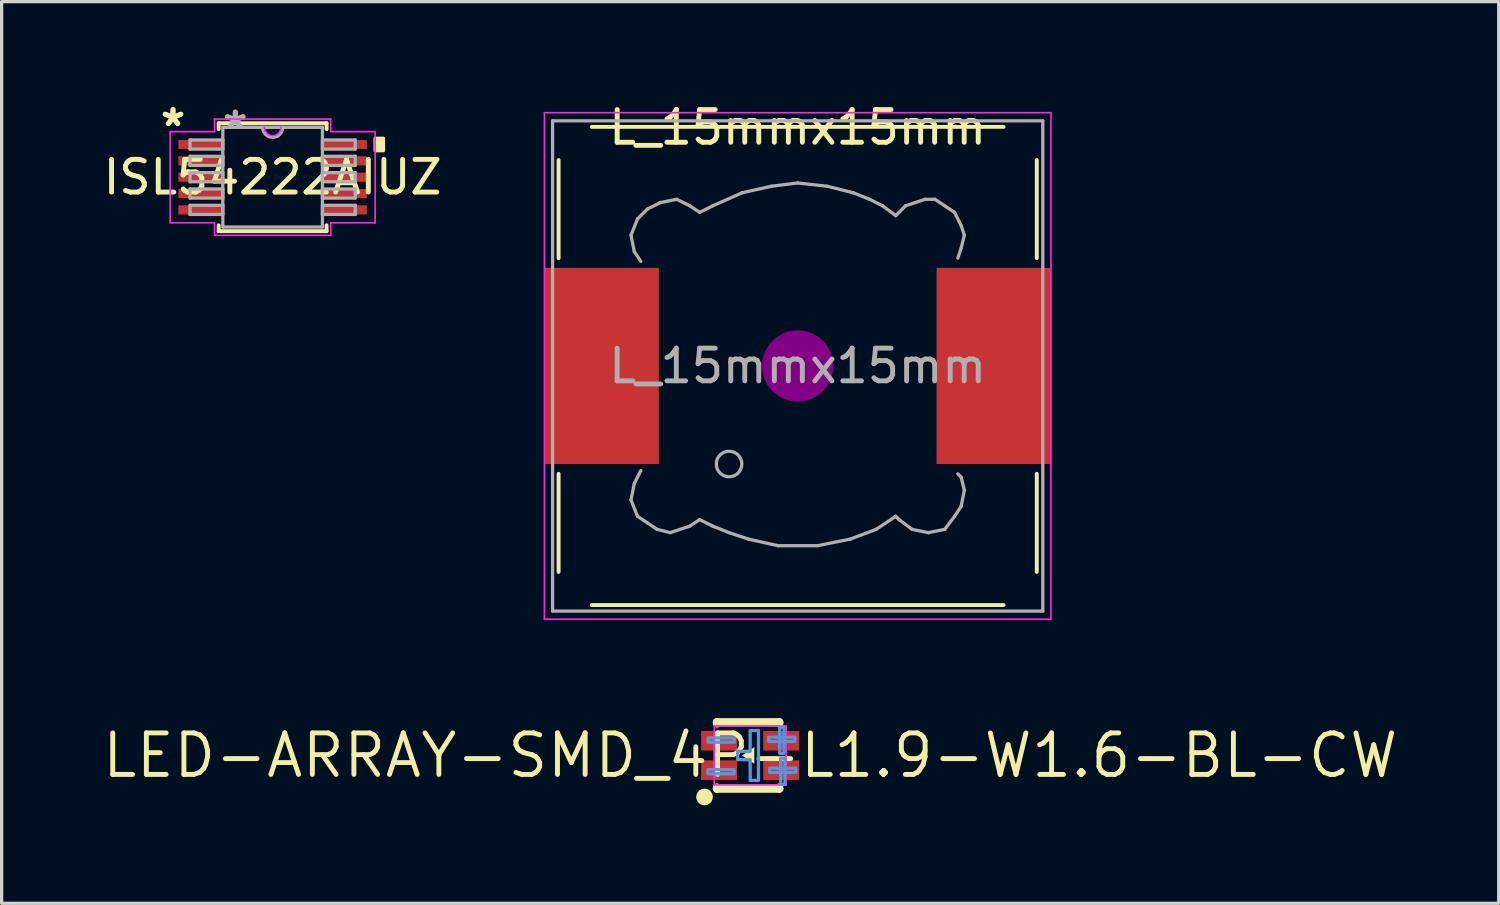
<source format=kicad_pcb>
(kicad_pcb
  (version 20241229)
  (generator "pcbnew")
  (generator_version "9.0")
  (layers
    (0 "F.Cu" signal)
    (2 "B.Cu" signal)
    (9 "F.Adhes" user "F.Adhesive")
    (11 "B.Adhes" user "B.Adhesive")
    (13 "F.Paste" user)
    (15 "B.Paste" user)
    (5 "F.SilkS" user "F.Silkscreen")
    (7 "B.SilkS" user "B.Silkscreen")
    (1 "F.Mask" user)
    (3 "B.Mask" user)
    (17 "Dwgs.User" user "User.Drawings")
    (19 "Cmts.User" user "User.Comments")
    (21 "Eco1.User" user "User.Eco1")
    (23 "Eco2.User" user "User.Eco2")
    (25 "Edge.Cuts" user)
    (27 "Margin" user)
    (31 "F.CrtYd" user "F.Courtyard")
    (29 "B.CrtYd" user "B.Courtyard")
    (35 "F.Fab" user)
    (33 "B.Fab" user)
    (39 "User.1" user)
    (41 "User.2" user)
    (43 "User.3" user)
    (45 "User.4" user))
  (footprint "L_15mmx15mm"
    (layer "F.Cu")
    (at 21.358 8.148)
    (property "Reference" "L_15mmx15mm" (at 0 -7.3 0) (layer "F.SilkS") (effects (font (size 1 1) (thickness 0.15))))
    (attr smd)
    (fp_line (start -7.316 -3.3) (end -7.316 -6.3) (stroke (width 0.12) (type solid)) (layer "F.SilkS"))
    (fp_line (start -7.316 6.3) (end -7.316 3.3) (stroke (width 0.12) (type solid)) (layer "F.SilkS"))
    (fp_line (start -6.3 -7.316) (end 6.3 -7.316) (stroke (width 0.12) (type solid)) (layer "F.SilkS"))
    (fp_line (start 6.3 7.316) (end -6.3 7.316) (stroke (width 0.12) (type solid)) (layer "F.SilkS"))
    (fp_line (start 7.316 -6.3) (end 7.316 -3.3) (stroke (width 0.12) (type solid)) (layer "F.SilkS"))
    (fp_line (start 7.316 3.3) (end 7.316 6.3) (stroke (width 0.12) (type solid)) (layer "F.SilkS"))
    (fp_circle (center 0 0) (end 0.15 0.15) (stroke (width 0.38) (type solid)) (fill no) (layer "F.Adhes"))
    (fp_circle (center 0 0) (end 0.55 0) (stroke (width 0.38) (type solid)) (fill no) (layer "F.Adhes"))
    (fp_circle (center 0 0) (end 0.9 0) (stroke (width 0.38) (type solid)) (fill no) (layer "F.Adhes"))
    (fp_line (start -7.75 -7.75) (end 7.75 -7.75) (stroke (width 0.05) (type solid)) (layer "F.CrtYd"))
    (fp_line (start -7.75 7.75) (end -7.75 -7.75) (stroke (width 0.05) (type solid)) (layer "F.CrtYd"))
    (fp_line (start 7.75 -7.75) (end 7.75 7.75) (stroke (width 0.05) (type solid)) (layer "F.CrtYd"))
    (fp_line (start 7.75 7.75) (end -7.75 7.75) (stroke (width 0.05) (type solid)) (layer "F.CrtYd"))
    (fp_line (start -7.5 -7.5) (end -7.5 7.5) (stroke (width 0.1) (type solid)) (layer "F.Fab"))
    (fp_line (start -7.5 7.5) (end 7.5 7.5) (stroke (width 0.1) (type solid)) (layer "F.Fab"))
    (fp_line (start -5.1 -4) (end -5 -3.5) (stroke (width 0.1) (type solid)) (layer "F.Fab"))
    (fp_line (start -5.1 4.1) (end -5 3.6) (stroke (width 0.1) (type solid)) (layer "F.Fab"))
    (fp_line (start -5 -3.5) (end -4.8 -3.2) (stroke (width 0.1) (type solid)) (layer "F.Fab"))
    (fp_line (start -5 3.6) (end -4.8 3.2) (stroke (width 0.1) (type solid)) (layer "F.Fab"))
    (fp_line (start -4.9 -4.5) (end -5.1 -4) (stroke (width 0.1) (type solid)) (layer "F.Fab"))
    (fp_line (start -4.9 4.6) (end -5.1 4.1) (stroke (width 0.1) (type solid)) (layer "F.Fab"))
    (fp_line (start -4.6 -4.8) (end -4.9 -4.5) (stroke (width 0.1) (type solid)) (layer "F.Fab"))
    (fp_line (start -4.6 4.8) (end -4.9 4.6) (stroke (width 0.1) (type solid)) (layer "F.Fab"))
    (fp_line (start -4.3 5) (end -4.6 4.8) (stroke (width 0.1) (type solid)) (layer "F.Fab"))
    (fp_line (start -4.2 -5) (end -4.6 -4.8) (stroke (width 0.1) (type solid)) (layer "F.Fab"))
    (fp_line (start -3.9 5.1) (end -4.3 5) (stroke (width 0.1) (type solid)) (layer "F.Fab"))
    (fp_line (start -3.7 -5.1) (end -4.2 -5) (stroke (width 0.1) (type solid)) (layer "F.Fab"))
    (fp_line (start -3.3 -4.9) (end -3.7 -5.1) (stroke (width 0.1) (type solid)) (layer "F.Fab"))
    (fp_line (start -3.3 4.9) (end -3.9 5.1) (stroke (width 0.1) (type solid)) (layer "F.Fab"))
    (fp_line (start -3 -4.7) (end -3.3 -4.9) (stroke (width 0.1) (type solid)) (layer "F.Fab"))
    (fp_line (start -3 4.7) (end -3.3 4.9) (stroke (width 0.1) (type solid)) (layer "F.Fab"))
    (fp_line (start -2.6 -4.9) (end -3 -4.7) (stroke (width 0.1) (type solid)) (layer "F.Fab"))
    (fp_line (start -2.6 4.9) (end -3 4.7) (stroke (width 0.1) (type solid)) (layer "F.Fab"))
    (fp_line (start -2.1 5.1) (end -2.6 4.9) (stroke (width 0.1) (type solid)) (layer "F.Fab"))
    (fp_line (start -1.7 -5.3) (end -2.6 -4.9) (stroke (width 0.1) (type solid)) (layer "F.Fab"))
    (fp_line (start -1.5 5.3) (end -2.1 5.1) (stroke (width 0.1) (type solid)) (layer "F.Fab"))
    (fp_line (start -0.8 -5.5) (end -1.7 -5.3) (stroke (width 0.1) (type solid)) (layer "F.Fab"))
    (fp_line (start -0.6 5.5) (end -1.5 5.3) (stroke (width 0.1) (type solid)) (layer "F.Fab"))
    (fp_line (start 0 -5.6) (end -0.8 -5.5) (stroke (width 0.1) (type solid)) (layer "F.Fab"))
    (fp_line (start 0.6 5.5) (end -0.6 5.5) (stroke (width 0.1) (type solid)) (layer "F.Fab"))
    (fp_line (start 0.9 -5.5) (end 0 -5.6) (stroke (width 0.1) (type solid)) (layer "F.Fab"))
    (fp_line (start 1.6 5.3) (end 0.6 5.5) (stroke (width 0.1) (type solid)) (layer "F.Fab"))
    (fp_line (start 1.7 -5.3) (end 0.9 -5.5) (stroke (width 0.1) (type solid)) (layer "F.Fab"))
    (fp_line (start 2.2 -5.1) (end 1.7 -5.3) (stroke (width 0.1) (type solid)) (layer "F.Fab"))
    (fp_line (start 2.4 5) (end 1.6 5.3) (stroke (width 0.1) (type solid)) (layer "F.Fab"))
    (fp_line (start 2.6 -4.9) (end 2.2 -5.1) (stroke (width 0.1) (type solid)) (layer "F.Fab"))
    (fp_line (start 3 -4.6) (end 2.6 -4.9) (stroke (width 0.1) (type solid)) (layer "F.Fab"))
    (fp_line (start 3 4.6) (end 2.4 5) (stroke (width 0.1) (type solid)) (layer "F.Fab"))
    (fp_line (start 3.1 4.7) (end 3 4.6) (stroke (width 0.1) (type solid)) (layer "F.Fab"))
    (fp_line (start 3.3 -4.9) (end 3 -4.6) (stroke (width 0.1) (type solid)) (layer "F.Fab"))
    (fp_line (start 3.5 5) (end 3.1 4.7) (stroke (width 0.1) (type solid)) (layer "F.Fab"))
    (fp_line (start 3.6 -5) (end 3.3 -4.9) (stroke (width 0.1) (type solid)) (layer "F.Fab"))
    (fp_line (start 3.9 -5.1) (end 3.6 -5) (stroke (width 0.1) (type solid)) (layer "F.Fab"))
    (fp_line (start 4 5.1) (end 3.5 5) (stroke (width 0.1) (type solid)) (layer "F.Fab"))
    (fp_line (start 4.2 -5.1) (end 3.9 -5.1) (stroke (width 0.1) (type solid)) (layer "F.Fab"))
    (fp_line (start 4.5 -4.9) (end 4.2 -5.1) (stroke (width 0.1) (type solid)) (layer "F.Fab"))
    (fp_line (start 4.5 5) (end 4 5.1) (stroke (width 0.1) (type solid)) (layer "F.Fab"))
    (fp_line (start 4.8 -4.7) (end 4.5 -4.9) (stroke (width 0.1) (type solid)) (layer "F.Fab"))
    (fp_line (start 4.8 4.6) (end 4.5 5) (stroke (width 0.1) (type solid)) (layer "F.Fab"))
    (fp_line (start 4.9 -3.3) (end 5 -3.6) (stroke (width 0.1) (type solid)) (layer "F.Fab"))
    (fp_line (start 4.9 3.3) (end 5 3.4) (stroke (width 0.1) (type solid)) (layer "F.Fab"))
    (fp_line (start 5 -4.3) (end 4.8 -4.7) (stroke (width 0.1) (type solid)) (layer "F.Fab"))
    (fp_line (start 5 -3.6) (end 5.1 -4) (stroke (width 0.1) (type solid)) (layer "F.Fab"))
    (fp_line (start 5 3.4) (end 5.1 3.8) (stroke (width 0.1) (type solid)) (layer "F.Fab"))
    (fp_line (start 5 4.3) (end 4.8 4.6) (stroke (width 0.1) (type solid)) (layer "F.Fab"))
    (fp_line (start 5.1 -4) (end 5 -4.3) (stroke (width 0.1) (type solid)) (layer "F.Fab"))
    (fp_line (start 5.1 3.8) (end 5 4.3) (stroke (width 0.1) (type solid)) (layer "F.Fab"))
    (fp_line (start 7.5 -7.5) (end -7.5 -7.5) (stroke (width 0.1) (type solid)) (layer "F.Fab"))
    (fp_line (start 7.5 7.5) (end 7.5 -7.5) (stroke (width 0.1) (type solid)) (layer "F.Fab"))
    (fp_circle (center -2.1 3) (end -1.8 3.25) (stroke (width 0.1) (type solid)) (fill no) (layer "F.Fab"))
    (fp_text user "${REFERENCE}" (at 0 0 0) (layer "F.Fab") (effects (font (size 1 1) (thickness 0.15))))
    (pad "1" smd rect (at -6 0) (size 3.5 6) (layers "F.Cu" "F.Mask" "F.Paste"))
    (pad "2" smd rect (at 6 0) (size 3.5 6) (layers "F.Cu" "F.Mask" "F.Paste")))
  (footprint "LED-ARRAY-SMD_4P-L1.9-W1.6-BL-CW"
    (layer "F.Cu")
    (at 19.904 20.066)
    (property "Reference" "LED-ARRAY-SMD_4P-L1.9-W1.6-BL-CW" (at 0 0 0) (layer "F.SilkS") (effects (font (size 1.27 1.27) (thickness 0.15))))
    (attr smd)
    (fp_line (start -1.016 -1.016) (end -1.016 -0.981) (stroke (width 0.254) (type solid)) (layer "F.SilkS"))
    (fp_line (start -1.016 -1.016) (end 0.889 -1.016) (stroke (width 0.254) (type solid)) (layer "F.SilkS"))
    (fp_line (start -1.016 0.981) (end -1.016 1.016) (stroke (width 0.254) (type solid)) (layer "F.SilkS"))
    (fp_line (start 0.889 -1.016) (end 0.889 -0.981) (stroke (width 0.254) (type solid)) (layer "F.SilkS"))
    (fp_line (start 0.889 0.981) (end 0.889 1.016) (stroke (width 0.254) (type solid)) (layer "F.SilkS"))
    (fp_line (start 0.889 1.016) (end -1.016 1.016) (stroke (width 0.254) (type solid)) (layer "F.SilkS"))
    (fp_circle (center -1.397 1.27) (end -1.27 1.27) (stroke (width 0.254) (type solid)) (fill no) (layer "F.SilkS"))
    (fp_poly (pts (xy -0.254 0) (xy 0.127 0.254) (xy 0.127 -0.254)) (stroke (width 0) (type solid)) (fill yes) (layer "F.SilkS"))
    (fp_poly (pts (xy -1.292 0.431) (xy -0.492 0.431) (xy -0.492 0.563) (xy -1.294 0.563) (xy -1.294 0.527)) (stroke (width 0.1) (type solid)) (fill no) (layer "Cmts.User"))
    (fp_poly (pts (xy -1.286 -0.537) (xy -0.486 -0.537) (xy -0.486 -0.406) (xy -1.287 -0.406) (xy -1.287 -0.442)) (stroke (width 0.1) (type solid)) (fill no) (layer "Cmts.User"))
    (fp_poly (pts (xy 0.568 -0.561) (xy 1.368 -0.561) (xy 1.368 -0.43) (xy 0.567 -0.43) (xy 0.567 -0.466)) (stroke (width 0.1) (type solid)) (fill no) (layer "Cmts.User"))
    (fp_poly (pts (xy 0.595 0.388) (xy 1.395 0.388) (xy 1.395 0.519) (xy 0.593 0.519) (xy 0.593 0.483)) (stroke (width 0.1) (type solid)) (fill no) (layer "Cmts.User"))
    (fp_poly (pts (xy 0.905 -0.063) (xy 0.905 -0.863) (xy 1.037 -0.863) (xy 1.037 -0.062) (xy 1.001 -0.062)) (stroke (width 0.1) (type solid)) (fill no) (layer "Cmts.User"))
    (fp_poly (pts (xy 0.932 0.886) (xy 0.932 0.086) (xy 1.064 0.086) (xy 1.064 0.887) (xy 1.027 0.887)) (stroke (width 0.1) (type solid)) (fill no) (layer "Cmts.User"))
    (fp_poly (pts (xy 0 -0.762) (xy 0 -0.127) (xy -0.381 -0.127) (xy -0.381 0.127) (xy 0 0.127) (xy 0 0.762) (xy 0.254 0.762) (xy 0.254 -0.762)) (stroke (width 0.1) (type solid)) (fill no) (layer "Cmts.User"))
    (fp_line (start -1.1 -0.9) (end -1.1 0.9) (stroke (width 0.05) (type default)) (layer "F.CrtYd"))
    (fp_line (start -1.1 0.9) (end 1.1 0.9) (stroke (width 0.05) (type default)) (layer "F.CrtYd"))
    (fp_line (start 1.1 -0.9) (end -1.1 -0.9) (stroke (width 0.05) (type default)) (layer "F.CrtYd"))
    (fp_line (start 1.1 0.9) (end 1.1 -0.9) (stroke (width 0.05) (type default)) (layer "F.CrtYd"))
    (fp_text user "" (at 0 0 0) (layer "Cmts.User") (effects (font (size 1 1) (thickness 0.15))))
    (pad "1" smd rect (at -0.95 0.45) (size 1.1 0.6) (layers "F.Cu" "F.Mask" "F.Paste"))
    (pad "2" smd rect (at -0.95 -0.45) (size 1.1 0.6) (layers "F.Cu" "F.Mask" "F.Paste"))
    (pad "3" smd rect (at 0.95 -0.45) (size 1.1 0.6) (layers "F.Cu" "F.Mask" "F.Paste"))
    (pad "4" smd rect (at 0.95 0.45) (size 1.1 0.6) (layers "F.Cu" "F.Mask" "F.Paste")))
  (footprint "ISL54222AIUZ"
    (layer "F.Cu")
    (at 5.292 2.372)
    (property "Reference" "ISL54222AIUZ" (at 0 0 0) (layer "F.SilkS") (effects (font (size 1 1) (thickness 0.15))))
    (attr through_hole)
    (fp_line (start -1.651 -1.651) (end -1.651 -1.472) (stroke (width 0.12) (type solid)) (layer "F.SilkS"))
    (fp_line (start -1.651 1.472) (end -1.651 1.651) (stroke (width 0.12) (type solid)) (layer "F.SilkS"))
    (fp_line (start -1.651 1.651) (end 1.651 1.651) (stroke (width 0.12) (type solid)) (layer "F.SilkS"))
    (fp_line (start 1.651 -1.651) (end -1.651 -1.651) (stroke (width 0.12) (type solid)) (layer "F.SilkS"))
    (fp_line (start 1.651 -1.472) (end 1.651 -1.651) (stroke (width 0.12) (type solid)) (layer "F.SilkS"))
    (fp_line (start 1.651 1.651) (end 1.651 1.472) (stroke (width 0.12) (type solid)) (layer "F.SilkS"))
    (fp_poly (pts (xy 3.391 -1.191) (xy 3.391 -0.81) (xy 3.137 -0.81) (xy 3.137 -1.191)) (stroke (width 0.1) (type solid)) (fill yes) (layer "F.SilkS"))
    (fp_line (start -3.137 -1.394) (end -1.778 -1.394) (stroke (width 0.05) (type solid)) (layer "F.CrtYd"))
    (fp_line (start -3.137 1.394) (end -3.137 -1.394) (stroke (width 0.05) (type solid)) (layer "F.CrtYd"))
    (fp_line (start -1.778 -1.778) (end 1.778 -1.778) (stroke (width 0.05) (type solid)) (layer "F.CrtYd"))
    (fp_line (start -1.778 -1.394) (end -1.778 -1.778) (stroke (width 0.05) (type solid)) (layer "F.CrtYd"))
    (fp_line (start -1.778 1.394) (end -3.137 1.394) (stroke (width 0.05) (type solid)) (layer "F.CrtYd"))
    (fp_line (start -1.778 1.778) (end -1.778 1.394) (stroke (width 0.05) (type solid)) (layer "F.CrtYd"))
    (fp_line (start 1.778 -1.778) (end 1.778 -1.394) (stroke (width 0.05) (type solid)) (layer "F.CrtYd"))
    (fp_line (start 1.778 -1.394) (end 3.137 -1.394) (stroke (width 0.05) (type solid)) (layer "F.CrtYd"))
    (fp_line (start 1.778 1.394) (end 1.778 1.778) (stroke (width 0.05) (type solid)) (layer "F.CrtYd"))
    (fp_line (start 1.778 1.778) (end -1.778 1.778) (stroke (width 0.05) (type solid)) (layer "F.CrtYd"))
    (fp_line (start 3.137 -1.394) (end 3.137 1.394) (stroke (width 0.05) (type solid)) (layer "F.CrtYd"))
    (fp_line (start 3.137 1.394) (end 1.778 1.394) (stroke (width 0.05) (type solid)) (layer "F.CrtYd"))
    (fp_arc (start 0.254 -1.524) (mid 0 -1.27) (end -0.254 -1.524) (stroke (width 0.05) (type solid)) (layer "F.CrtYd"))
    (fp_line (start -2.527 -1.14) (end -2.527 -0.86) (stroke (width 0.1) (type solid)) (layer "F.Fab"))
    (fp_line (start -2.527 -0.86) (end -1.524 -0.86) (stroke (width 0.1) (type solid)) (layer "F.Fab"))
    (fp_line (start -2.527 -0.64) (end -2.527 -0.36) (stroke (width 0.1) (type solid)) (layer "F.Fab"))
    (fp_line (start -2.527 -0.36) (end -1.524 -0.36) (stroke (width 0.1) (type solid)) (layer "F.Fab"))
    (fp_line (start -2.527 -0.14) (end -2.527 0.14) (stroke (width 0.1) (type solid)) (layer "F.Fab"))
    (fp_line (start -2.527 0.14) (end -1.524 0.14) (stroke (width 0.1) (type solid)) (layer "F.Fab"))
    (fp_line (start -2.527 0.36) (end -2.527 0.64) (stroke (width 0.1) (type solid)) (layer "F.Fab"))
    (fp_line (start -2.527 0.64) (end -1.524 0.64) (stroke (width 0.1) (type solid)) (layer "F.Fab"))
    (fp_line (start -2.527 0.86) (end -2.527 1.14) (stroke (width 0.1) (type solid)) (layer "F.Fab"))
    (fp_line (start -2.527 1.14) (end -1.524 1.14) (stroke (width 0.1) (type solid)) (layer "F.Fab"))
    (fp_line (start -1.524 -1.524) (end -1.524 1.524) (stroke (width 0.1) (type solid)) (layer "F.Fab"))
    (fp_line (start -1.524 -1.14) (end -2.527 -1.14) (stroke (width 0.1) (type solid)) (layer "F.Fab"))
    (fp_line (start -1.524 -0.86) (end -1.524 -1.14) (stroke (width 0.1) (type solid)) (layer "F.Fab"))
    (fp_line (start -1.524 -0.64) (end -2.527 -0.64) (stroke (width 0.1) (type solid)) (layer "F.Fab"))
    (fp_line (start -1.524 -0.36) (end -1.524 -0.64) (stroke (width 0.1) (type solid)) (layer "F.Fab"))
    (fp_line (start -1.524 -0.14) (end -2.527 -0.14) (stroke (width 0.1) (type solid)) (layer "F.Fab"))
    (fp_line (start -1.524 0.14) (end -1.524 -0.14) (stroke (width 0.1) (type solid)) (layer "F.Fab"))
    (fp_line (start -1.524 0.36) (end -2.527 0.36) (stroke (width 0.1) (type solid)) (layer "F.Fab"))
    (fp_line (start -1.524 0.64) (end -1.524 0.36) (stroke (width 0.1) (type solid)) (layer "F.Fab"))
    (fp_line (start -1.524 0.86) (end -2.527 0.86) (stroke (width 0.1) (type solid)) (layer "F.Fab"))
    (fp_line (start -1.524 1.14) (end -1.524 0.86) (stroke (width 0.1) (type solid)) (layer "F.Fab"))
    (fp_line (start -1.524 1.524) (end 1.524 1.524) (stroke (width 0.1) (type solid)) (layer "F.Fab"))
    (fp_line (start 1.524 -1.524) (end -1.524 -1.524) (stroke (width 0.1) (type solid)) (layer "F.Fab"))
    (fp_line (start 1.524 -1.14) (end 1.524 -0.86) (stroke (width 0.1) (type solid)) (layer "F.Fab"))
    (fp_line (start 1.524 -0.86) (end 2.527 -0.86) (stroke (width 0.1) (type solid)) (layer "F.Fab"))
    (fp_line (start 1.524 -0.64) (end 1.524 -0.36) (stroke (width 0.1) (type solid)) (layer "F.Fab"))
    (fp_line (start 1.524 -0.36) (end 2.527 -0.36) (stroke (width 0.1) (type solid)) (layer "F.Fab"))
    (fp_line (start 1.524 -0.14) (end 1.524 0.14) (stroke (width 0.1) (type solid)) (layer "F.Fab"))
    (fp_line (start 1.524 0.14) (end 2.527 0.14) (stroke (width 0.1) (type solid)) (layer "F.Fab"))
    (fp_line (start 1.524 0.36) (end 1.524 0.64) (stroke (width 0.1) (type solid)) (layer "F.Fab"))
    (fp_line (start 1.524 0.64) (end 2.527 0.64) (stroke (width 0.1) (type solid)) (layer "F.Fab"))
    (fp_line (start 1.524 0.86) (end 1.524 1.14) (stroke (width 0.1) (type solid)) (layer "F.Fab"))
    (fp_line (start 1.524 1.14) (end 2.527 1.14) (stroke (width 0.1) (type solid)) (layer "F.Fab"))
    (fp_line (start 1.524 1.524) (end 1.524 -1.524) (stroke (width 0.1) (type solid)) (layer "F.Fab"))
    (fp_line (start 2.527 -1.14) (end 1.524 -1.14) (stroke (width 0.1) (type solid)) (layer "F.Fab"))
    (fp_line (start 2.527 -0.86) (end 2.527 -1.14) (stroke (width 0.1) (type solid)) (layer "F.Fab"))
    (fp_line (start 2.527 -0.64) (end 1.524 -0.64) (stroke (width 0.1) (type solid)) (layer "F.Fab"))
    (fp_line (start 2.527 -0.36) (end 2.527 -0.64) (stroke (width 0.1) (type solid)) (layer "F.Fab"))
    (fp_line (start 2.527 -0.14) (end 1.524 -0.14) (stroke (width 0.1) (type solid)) (layer "F.Fab"))
    (fp_line (start 2.527 0.14) (end 2.527 -0.14) (stroke (width 0.1) (type solid)) (layer "F.Fab"))
    (fp_line (start 2.527 0.36) (end 1.524 0.36) (stroke (width 0.1) (type solid)) (layer "F.Fab"))
    (fp_line (start 2.527 0.64) (end 2.527 0.36) (stroke (width 0.1) (type solid)) (layer "F.Fab"))
    (fp_line (start 2.527 0.86) (end 1.524 0.86) (stroke (width 0.1) (type solid)) (layer "F.Fab"))
    (fp_line (start 2.527 1.14) (end 2.527 0.86) (stroke (width 0.1) (type solid)) (layer "F.Fab"))
    (fp_arc (start 0.3048 -1.524) (mid 0 -1.2192) (end -0.3048 -1.524) (stroke (width 0.1) (type solid)) (layer "F.Fab"))
    (fp_text user "*" (at -3.048 -1.524 0) (layer "F.SilkS") (effects (font (size 1 1) (thickness 0.15))))
    (fp_text user "*" (at -3.048 -1.524 0) (layer "F.SilkS") (effects (font (size 1 1) (thickness 0.15))))
    (fp_text user "Copyright 2021 Accelerated Designs. All rights reserved." (at 0 0 0) (layer "Cmts.User") (effects (font (size 0.127 0.127) (thickness 0.002))))
    (fp_text user "*" (at -1.143 -1.448 0) (layer "F.Fab") (effects (font (size 1 1) (thickness 0.15))))
    (fp_text user "*" (at -1.143 -1.448 0) (layer "F.Fab") (effects (font (size 1 1) (thickness 0.15))))
    (pad "1" smd rect (at -2.203 -1) (size 1.359 0.279) (layers "F.Cu" "F.Mask" "F.Paste"))
    (pad "2" smd rect (at -2.203 -0.5) (size 1.359 0.279) (layers "F.Cu" "F.Mask" "F.Paste"))
    (pad "3" smd rect (at -2.203 0) (size 1.359 0.279) (layers "F.Cu" "F.Mask" "F.Paste"))
    (pad "4" smd rect (at -2.203 0.5) (size 1.359 0.279) (layers "F.Cu" "F.Mask" "F.Paste"))
    (pad "5" smd rect (at -2.203 1) (size 1.359 0.279) (layers "F.Cu" "F.Mask" "F.Paste"))
    (pad "6" smd rect (at 2.203 1) (size 1.359 0.279) (layers "F.Cu" "F.Mask" "F.Paste"))
    (pad "7" smd rect (at 2.203 0.5) (size 1.359 0.279) (layers "F.Cu" "F.Mask" "F.Paste"))
    (pad "8" smd rect (at 2.203 0) (size 1.359 0.279) (layers "F.Cu" "F.Mask" "F.Paste"))
    (pad "9" smd rect (at 2.203 -0.5) (size 1.359 0.279) (layers "F.Cu" "F.Mask" "F.Paste"))
    (pad "10" smd rect (at 2.203 -1) (size 1.359 0.279) (layers "F.Cu" "F.Mask" "F.Paste")))
  (gr_rect
    (start -3 -3)
    (end 42.808 24.59)
    (stroke (width 0.1) (type default))
    (fill no)
    (layer "Edge.Cuts")))
</source>
